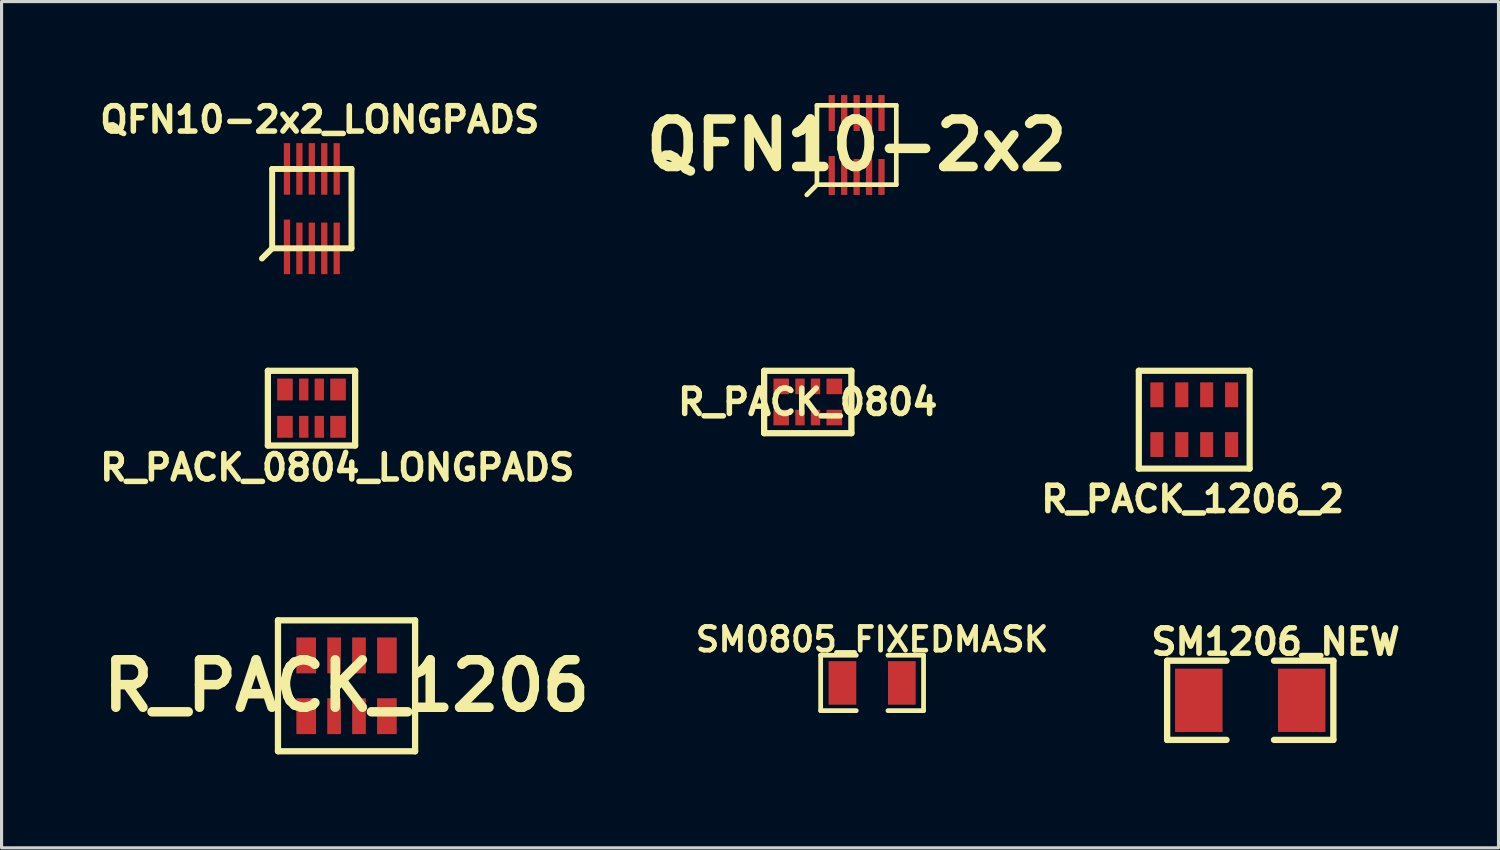
<source format=kicad_pcb>
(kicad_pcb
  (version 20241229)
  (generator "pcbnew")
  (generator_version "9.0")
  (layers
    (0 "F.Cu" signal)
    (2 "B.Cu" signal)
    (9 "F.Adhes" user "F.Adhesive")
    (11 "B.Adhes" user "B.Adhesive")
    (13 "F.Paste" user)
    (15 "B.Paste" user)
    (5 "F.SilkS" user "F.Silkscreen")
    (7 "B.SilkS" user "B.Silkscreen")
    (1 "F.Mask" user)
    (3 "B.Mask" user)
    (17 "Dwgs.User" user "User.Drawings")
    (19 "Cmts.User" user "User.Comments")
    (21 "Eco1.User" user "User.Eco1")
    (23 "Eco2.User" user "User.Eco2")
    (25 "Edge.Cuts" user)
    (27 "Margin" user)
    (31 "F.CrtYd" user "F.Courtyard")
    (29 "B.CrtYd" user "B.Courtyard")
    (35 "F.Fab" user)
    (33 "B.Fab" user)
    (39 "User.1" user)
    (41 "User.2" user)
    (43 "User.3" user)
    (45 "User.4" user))
  (footprint "R_PACK_1206_2"
    (layer "F.Cu")
    (at 35.271 10.417)
    (property "Reference" "R_PACK_1206_2" (at -0.051 2.55 0) (layer "F.SilkS") (effects (font (size 0.813 0.813) (thickness 0.178))))
    (attr through_hole)
    (fp_line (start -1.778 -1.57) (end -1.778 1.57) (stroke (width 0.198) (type solid)) (layer "F.SilkS"))
    (fp_line (start -1.778 -1.57) (end 1.778 -1.57) (stroke (width 0.198) (type solid)) (layer "F.SilkS"))
    (fp_line (start -1.778 1.57) (end 1.778 1.57) (stroke (width 0.198) (type solid)) (layer "F.SilkS"))
    (fp_line (start 1.778 -1.57) (end 1.778 1.57) (stroke (width 0.198) (type solid)) (layer "F.SilkS"))
    (pad "1" smd rect (at -1.199 0.798 180) (size 0.419 0.798) (layers "F.Cu" "F.Mask" "F.Paste"))
    (pad "2" smd rect (at -0.399 0.798 180) (size 0.419 0.798) (layers "F.Cu" "F.Mask" "F.Paste"))
    (pad "3" smd rect (at 0.399 0.798 180) (size 0.419 0.798) (layers "F.Cu" "F.Mask" "F.Paste"))
    (pad "4" smd rect (at 1.199 0.798 180) (size 0.419 0.798) (layers "F.Cu" "F.Mask" "F.Paste"))
    (pad "5" smd rect (at 1.199 -0.798) (size 0.419 0.798) (layers "F.Cu" "F.Mask" "F.Paste"))
    (pad "6" smd rect (at 0.399 -0.798) (size 0.419 0.798) (layers "F.Cu" "F.Mask" "F.Paste"))
    (pad "7" smd rect (at -0.399 -0.798) (size 0.419 0.798) (layers "F.Cu" "F.Mask" "F.Paste"))
    (pad "8" smd rect (at -1.199 -0.798) (size 0.419 0.798) (layers "F.Cu" "F.Mask" "F.Paste")))
  (footprint "SM0805_FIXEDMASK"
    (layer "F.Cu")
    (at 24.935 18.865)
    (property "Reference" "SM0805_FIXEDMASK" (at 0 -1.397 0) (layer "F.SilkS") (effects (font (size 0.762 0.762) (thickness 0.152))))
    (attr smd)
    (fp_line (start -1.651 -0.889) (end -0.508 -0.889) (stroke (width 0.152) (type solid)) (layer "F.SilkS"))
    (fp_line (start -1.651 0.889) (end -1.651 -0.889) (stroke (width 0.152) (type solid)) (layer "F.SilkS"))
    (fp_line (start -1.651 0.889) (end -0.508 0.889) (stroke (width 0.152) (type solid)) (layer "F.SilkS"))
    (fp_line (start 0.508 0.889) (end 1.651 0.889) (stroke (width 0.152) (type solid)) (layer "F.SilkS"))
    (fp_line (start 1.651 -0.889) (end 0.508 -0.889) (stroke (width 0.152) (type solid)) (layer "F.SilkS"))
    (fp_line (start 1.651 -0.889) (end 1.651 0.889) (stroke (width 0.152) (type solid)) (layer "F.SilkS"))
    (pad "1" smd rect (at -0.953 0) (size 0.889 1.397) (layers "F.Cu" "F.Mask" "F.Paste"))
    (pad "2" smd rect (at 0.953 0) (size 0.889 1.397) (layers "F.Cu" "F.Mask" "F.Paste")))
  (footprint "R_PACK_0804_LONGPADS"
    (layer "F.Cu")
    (at 6.946 10.047)
    (property "Reference" "R_PACK_0804_LONGPADS" (at 0.826 1.905 0) (layer "F.SilkS") (effects (font (size 0.813 0.813) (thickness 0.178))))
    (attr through_hole)
    (fp_line (start -1.4 -1.199) (end -1.4 1.199) (stroke (width 0.201) (type solid)) (layer "F.SilkS"))
    (fp_line (start -1.4 -1.199) (end 1.4 -1.199) (stroke (width 0.201) (type solid)) (layer "F.SilkS"))
    (fp_line (start 1.4 -1.199) (end 1.4 1.199) (stroke (width 0.201) (type solid)) (layer "F.SilkS"))
    (fp_line (start 1.4 1.199) (end -1.4 1.199) (stroke (width 0.201) (type solid)) (layer "F.SilkS"))
    (pad "1" smd rect (at -0.851 0.599) (size 0.5 0.701) (layers "F.Cu" "F.Mask" "F.Paste"))
    (pad "2" smd rect (at -0.249 0.599) (size 0.3 0.701) (layers "F.Cu" "F.Mask" "F.Paste"))
    (pad "3" smd rect (at 0.249 0.599) (size 0.3 0.701) (layers "F.Cu" "F.Mask" "F.Paste"))
    (pad "4" smd rect (at 0.851 0.599) (size 0.5 0.701) (layers "F.Cu" "F.Mask" "F.Paste"))
    (pad "5" smd rect (at 0.851 -0.599) (size 0.5 0.701) (layers "F.Cu" "F.Mask" "F.Paste"))
    (pad "6" smd rect (at 0.249 -0.599) (size 0.3 0.701) (layers "F.Cu" "F.Mask" "F.Paste"))
    (pad "7" smd rect (at -0.249 -0.599) (size 0.3 0.701) (layers "F.Cu" "F.Mask" "F.Paste"))
    (pad "8" smd rect (at -0.851 -0.599) (size 0.5 0.701) (layers "F.Cu" "F.Mask" "F.Paste")))
  (footprint "QFN10-2x2_LONGPADS"
    (layer "F.Cu")
    (at 6.956 3.645)
    (property "Reference" "QFN10-2x2_LONGPADS" (at 0.254 -2.857 0) (layer "F.SilkS") (effects (font (size 0.813 0.813) (thickness 0.178))))
    (attr through_hole)
    (fp_line (start -1.3 1.3) (end -1.6 1.6) (stroke (width 0.191) (type solid)) (layer "F.SilkS"))
    (fp_line (start -1.273 -1.273) (end -1.273 1.273) (stroke (width 0.191) (type solid)) (layer "F.SilkS"))
    (fp_line (start -1.273 -1.273) (end 1.273 -1.273) (stroke (width 0.191) (type solid)) (layer "F.SilkS"))
    (fp_line (start -1.273 1.273) (end 1.273 1.273) (stroke (width 0.191) (type solid)) (layer "F.SilkS"))
    (fp_line (start 1.273 -1.273) (end 1.273 1.273) (stroke (width 0.191) (type solid)) (layer "F.SilkS"))
    (pad "1" smd rect (at -0.798 1.227 180) (size 0.201 1.753) (layers "F.Cu" "F.Mask" "F.Paste"))
    (pad "2" smd rect (at -0.399 1.275 180) (size 0.201 1.654) (layers "F.Cu" "F.Mask" "F.Paste"))
    (pad "3" smd rect (at 0 1.275 180) (size 0.201 1.654) (layers "F.Cu" "F.Mask" "F.Paste"))
    (pad "4" smd rect (at 0.399 1.275 180) (size 0.201 1.654) (layers "F.Cu" "F.Mask" "F.Paste"))
    (pad "5" smd rect (at 0.798 1.275 180) (size 0.201 1.654) (layers "F.Cu" "F.Mask" "F.Paste"))
    (pad "6" smd rect (at 0.798 -1.275 180) (size 0.201 1.654) (layers "F.Cu" "F.Mask" "F.Paste"))
    (pad "7" smd rect (at 0.399 -1.275 180) (size 0.201 1.654) (layers "F.Cu" "F.Mask" "F.Paste"))
    (pad "8" smd rect (at 0 -1.275 180) (size 0.201 1.654) (layers "F.Cu" "F.Mask" "F.Paste"))
    (pad "9" smd rect (at -0.399 -1.275 180) (size 0.201 1.654) (layers "F.Cu" "F.Mask" "F.Paste"))
    (pad "10" smd rect (at -0.798 -1.275 180) (size 0.201 1.654) (layers "F.Cu" "F.Mask" "F.Paste")))
  (footprint "QFN10-2x2"
    (layer "F.Cu")
    (at 24.438 1.603)
    (property "Reference" "QFN10-2x2" (at 0 0 0) (layer "F.SilkS") (effects (font (size 1.524 1.524) (thickness 0.305))))
    (attr through_hole)
    (fp_line (start -1.3 1.3) (end -1.6 1.6) (stroke (width 0.152) (type solid)) (layer "F.SilkS"))
    (fp_line (start -1.273 -1.273) (end -1.273 1.273) (stroke (width 0.15) (type solid)) (layer "F.SilkS"))
    (fp_line (start -1.273 -1.273) (end 1.273 -1.273) (stroke (width 0.15) (type solid)) (layer "F.SilkS"))
    (fp_line (start -1.273 1.273) (end 1.273 1.273) (stroke (width 0.15) (type solid)) (layer "F.SilkS"))
    (fp_line (start 1.273 -1.273) (end 1.273 1.273) (stroke (width 0.15) (type solid)) (layer "F.SilkS"))
    (pad "1" smd rect (at -0.798 0.978 180) (size 0.201 1.252) (layers "F.Cu" "F.Mask" "F.Paste"))
    (pad "2" smd rect (at -0.399 1.026 180) (size 0.201 1.153) (layers "F.Cu" "F.Mask" "F.Paste"))
    (pad "3" smd rect (at 0 1.026 180) (size 0.201 1.153) (layers "F.Cu" "F.Mask" "F.Paste"))
    (pad "4" smd rect (at 0.399 1.026 180) (size 0.201 1.153) (layers "F.Cu" "F.Mask" "F.Paste"))
    (pad "5" smd rect (at 0.798 1.026 180) (size 0.201 1.153) (layers "F.Cu" "F.Mask" "F.Paste"))
    (pad "6" smd rect (at 0.798 -1.026 180) (size 0.201 1.153) (layers "F.Cu" "F.Mask" "F.Paste"))
    (pad "7" smd rect (at 0.399 -1.026 180) (size 0.201 1.153) (layers "F.Cu" "F.Mask" "F.Paste"))
    (pad "8" smd rect (at 0 -1.026 180) (size 0.201 1.153) (layers "F.Cu" "F.Mask" "F.Paste"))
    (pad "9" smd rect (at -0.399 -1.026 180) (size 0.201 1.153) (layers "F.Cu" "F.Mask" "F.Paste"))
    (pad "10" smd rect (at -0.798 -1.026 180) (size 0.201 1.153) (layers "F.Cu" "F.Mask" "F.Paste")))
  (footprint "SM1206_NEW"
    (layer "F.Cu")
    (at 37.069 19.422)
    (property "Reference" "SM1206_NEW" (at 0.813 -1.88 0) (layer "F.SilkS") (effects (font (size 0.813 0.813) (thickness 0.178))))
    (attr smd)
    (fp_line (start -2.667 -1.27) (end -2.667 1.27) (stroke (width 0.203) (type solid)) (layer "F.SilkS"))
    (fp_line (start -2.667 1.27) (end -0.762 1.27) (stroke (width 0.203) (type solid)) (layer "F.SilkS"))
    (fp_line (start -0.762 -1.27) (end -2.667 -1.27) (stroke (width 0.203) (type solid)) (layer "F.SilkS"))
    (fp_line (start 0.762 -1.27) (end 2.667 -1.27) (stroke (width 0.203) (type solid)) (layer "F.SilkS"))
    (fp_line (start 2.667 -1.27) (end 2.667 1.27) (stroke (width 0.203) (type solid)) (layer "F.SilkS"))
    (fp_line (start 2.667 1.27) (end 0.762 1.27) (stroke (width 0.203) (type solid)) (layer "F.SilkS"))
    (pad "1" smd rect (at -1.651 0) (size 1.524 2.032) (layers "F.Cu" "F.Mask" "F.Paste"))
    (pad "2" smd rect (at 1.651 0) (size 1.524 2.032) (layers "F.Cu" "F.Mask" "F.Paste")))
  (footprint "R_PACK_1206"
    (layer "F.Cu")
    (at 8.07 18.956)
    (property "Reference" "R_PACK_1206" (at 0 0 0) (layer "F.SilkS") (effects (font (size 1.524 1.524) (thickness 0.305))))
    (attr through_hole)
    (fp_line (start -2.2 -2.101) (end 2.2 -2.101) (stroke (width 0.201) (type solid)) (layer "F.SilkS"))
    (fp_line (start -2.2 2.101) (end -2.2 -2.101) (stroke (width 0.201) (type solid)) (layer "F.SilkS"))
    (fp_line (start 2.2 -2.101) (end 2.2 2.101) (stroke (width 0.201) (type solid)) (layer "F.SilkS"))
    (fp_line (start 2.2 2.101) (end -2.2 2.101) (stroke (width 0.201) (type solid)) (layer "F.SilkS"))
    (pad "1" smd rect (at -1.295 0.975) (size 0.63 1.151) (layers "F.Cu" "F.Mask" "F.Paste"))
    (pad "2" smd rect (at -0.399 0.975) (size 0.439 1.151) (layers "F.Cu" "F.Mask" "F.Paste"))
    (pad "3" smd rect (at 0.399 0.975) (size 0.439 1.151) (layers "F.Cu" "F.Mask" "F.Paste"))
    (pad "4" smd rect (at 1.295 0.975) (size 0.63 1.151) (layers "F.Cu" "F.Mask" "F.Paste"))
    (pad "5" smd rect (at 1.295 -0.975) (size 0.63 1.151) (layers "F.Cu" "F.Mask" "F.Paste"))
    (pad "6" smd rect (at 0.399 -0.975) (size 0.439 1.151) (layers "F.Cu" "F.Mask" "F.Paste"))
    (pad "7" smd rect (at -0.399 -0.975) (size 0.439 1.151) (layers "F.Cu" "F.Mask" "F.Paste"))
    (pad "8" smd rect (at -1.295 -0.975) (size 0.63 1.151) (layers "F.Cu" "F.Mask" "F.Paste")))
  (footprint "R_PACK_0804"
    (layer "F.Cu")
    (at 22.87 9.849)
    (property "Reference" "R_PACK_0804" (at 0 0 0) (layer "F.SilkS") (effects (font (size 0.813 0.813) (thickness 0.178))))
    (attr through_hole)
    (fp_line (start -1.4 -1.001) (end 1.4 -1.001) (stroke (width 0.201) (type solid)) (layer "F.SilkS"))
    (fp_line (start -1.4 1.001) (end -1.4 -1.001) (stroke (width 0.201) (type solid)) (layer "F.SilkS"))
    (fp_line (start 1.4 -1.001) (end 1.4 1.001) (stroke (width 0.201) (type solid)) (layer "F.SilkS"))
    (fp_line (start 1.4 1.001) (end -1.4 1.001) (stroke (width 0.201) (type solid)) (layer "F.SilkS"))
    (pad "1" smd rect (at -0.851 0.5) (size 0.5 0.5) (layers "F.Cu" "F.Mask" "F.Paste"))
    (pad "2" smd rect (at -0.249 0.5) (size 0.3 0.5) (layers "F.Cu" "F.Mask" "F.Paste"))
    (pad "3" smd rect (at 0.249 0.5) (size 0.3 0.5) (layers "F.Cu" "F.Mask" "F.Paste"))
    (pad "4" smd rect (at 0.851 0.5) (size 0.5 0.5) (layers "F.Cu" "F.Mask" "F.Paste"))
    (pad "5" smd rect (at 0.851 -0.5) (size 0.5 0.5) (layers "F.Cu" "F.Mask" "F.Paste"))
    (pad "6" smd rect (at 0.249 -0.5) (size 0.3 0.5) (layers "F.Cu" "F.Mask" "F.Paste"))
    (pad "7" smd rect (at -0.249 -0.5) (size 0.3 0.5) (layers "F.Cu" "F.Mask" "F.Paste"))
    (pad "8" smd rect (at -0.851 -0.5) (size 0.5 0.5) (layers "F.Cu" "F.Mask" "F.Paste")))
  (gr_rect
    (start -3 -3)
    (end 45.035 24.156)
    (stroke (width 0.1) (type default))
    (fill no)
    (layer "Edge.Cuts")))
</source>
